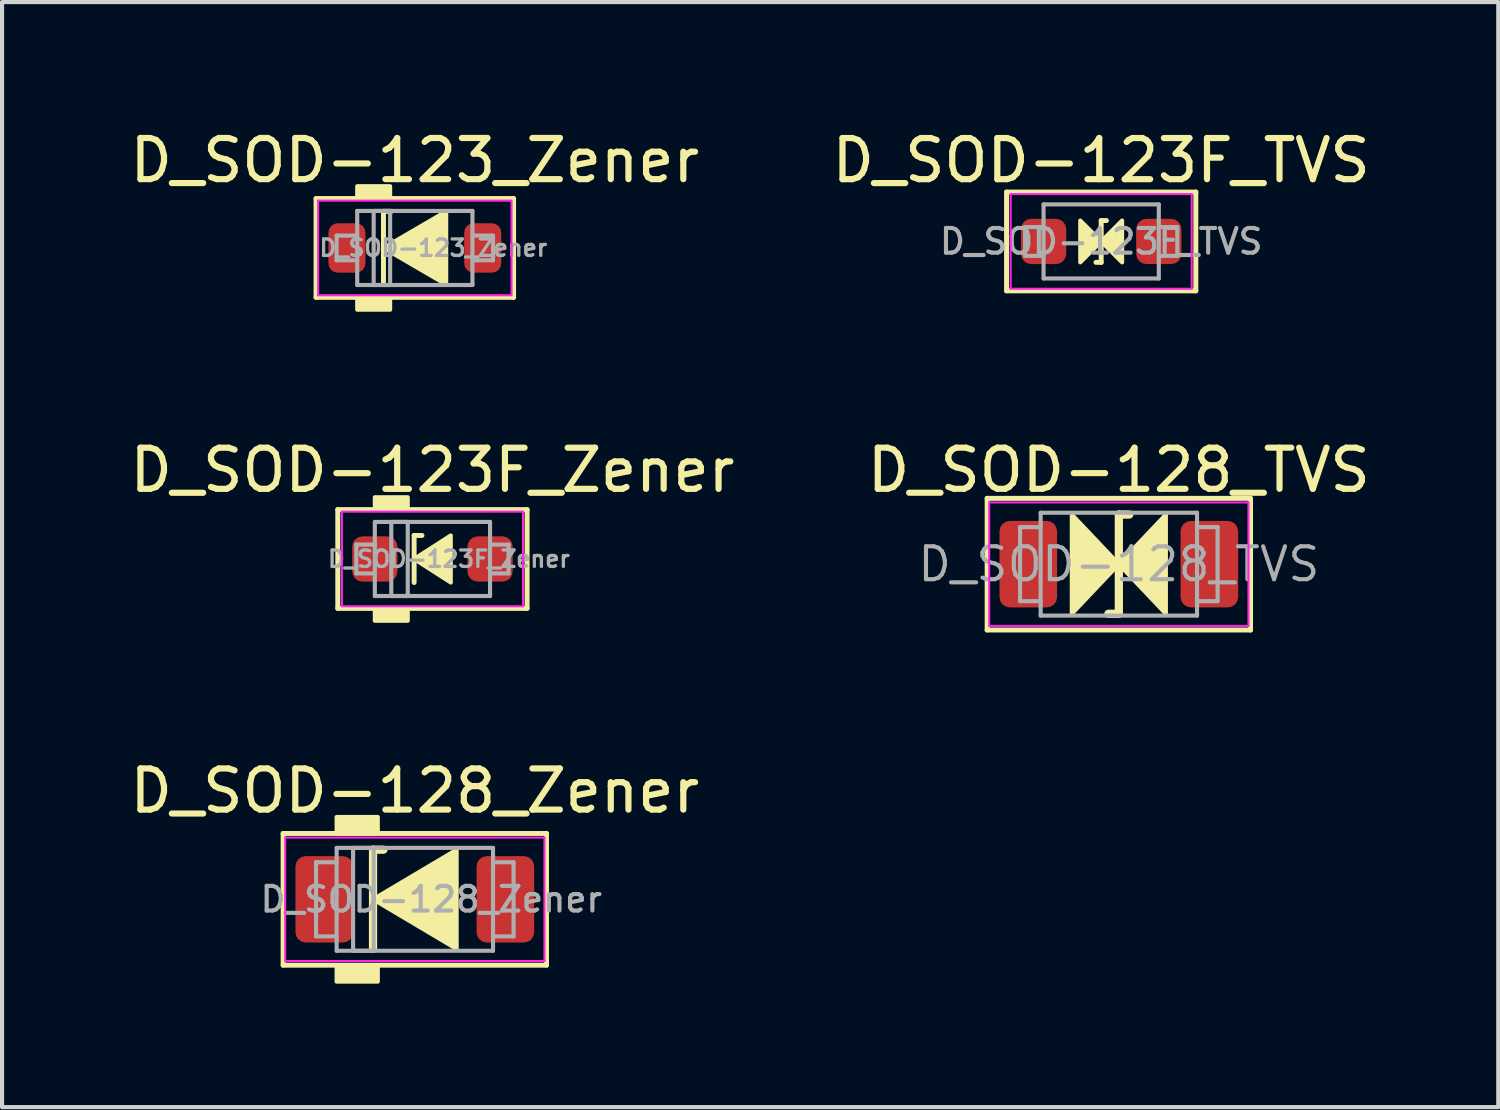
<source format=kicad_pcb>
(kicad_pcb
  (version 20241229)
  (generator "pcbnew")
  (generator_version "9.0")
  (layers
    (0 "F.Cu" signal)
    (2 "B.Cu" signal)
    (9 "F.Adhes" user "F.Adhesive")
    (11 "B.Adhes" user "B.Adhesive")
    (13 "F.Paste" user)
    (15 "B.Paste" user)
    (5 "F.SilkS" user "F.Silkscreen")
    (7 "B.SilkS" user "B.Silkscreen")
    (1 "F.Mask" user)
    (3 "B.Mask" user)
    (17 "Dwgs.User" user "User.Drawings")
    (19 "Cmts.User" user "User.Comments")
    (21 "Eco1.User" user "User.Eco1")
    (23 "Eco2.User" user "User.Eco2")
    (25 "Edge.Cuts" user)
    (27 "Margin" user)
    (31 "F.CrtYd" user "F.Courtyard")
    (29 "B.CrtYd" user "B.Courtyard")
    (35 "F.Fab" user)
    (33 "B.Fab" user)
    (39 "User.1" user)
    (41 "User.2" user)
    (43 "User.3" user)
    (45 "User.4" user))
  (footprint "D_SOD-123_Zener"
    (layer "F.Cu")
    (at 7.03 2.975)
    (property "Reference" "D_SOD-123_Zener" (at 0 -2.127 0) (layer "F.SilkS") (effects (font (size 1 1) (thickness 0.15))))
    (attr smd)
    (fp_line (start -2.4 -1.2) (end -2.4 1.2) (stroke (width 0.12) (type solid)) (layer "F.SilkS"))
    (fp_line (start -2.4 1.2) (end 2.4 1.2) (stroke (width 0.12) (type solid)) (layer "F.SilkS"))
    (fp_line (start -0.762 -0.889) (end -0.762 0.889) (stroke (width 0.12) (type solid)) (layer "F.SilkS"))
    (fp_line (start -0.762 -0.889) (end -0.572 -0.889) (stroke (width 0.12) (type solid)) (layer "F.SilkS"))
    (fp_line (start 2.4 -1.2) (end -2.4 -1.2) (stroke (width 0.12) (type solid)) (layer "F.SilkS"))
    (fp_line (start 2.4 1.2) (end 2.4 -1.2) (stroke (width 0.12) (type solid)) (layer "F.SilkS"))
    (fp_poly (pts (xy 0.762 0.889) (xy -0.762 0) (xy 0.762 -0.889)) (stroke (width 0.1) (type solid)) (fill yes) (layer "F.SilkS"))
    (fp_poly (pts (xy -0.6 -1.2) (xy -1.4 -1.2) (xy -1.4 -1.5) (xy -0.6 -1.5)) (stroke (width 0.1) (type solid)) (fill yes) (layer "F.SilkS"))
    (fp_poly (pts (xy -0.6 1.5) (xy -1.4 1.5) (xy -1.4 1.2) (xy -0.6 1.2)) (stroke (width 0.1) (type solid)) (fill yes) (layer "F.SilkS"))
    (fp_line (start -2.35 -1.15) (end -2.35 1.15) (stroke (width 0.05) (type solid)) (layer "F.CrtYd"))
    (fp_line (start -2.35 -1.15) (end 2.35 -1.15) (stroke (width 0.05) (type solid)) (layer "F.CrtYd"))
    (fp_line (start 2.35 -1.15) (end 2.35 1.15) (stroke (width 0.05) (type solid)) (layer "F.CrtYd"))
    (fp_line (start 2.35 1.15) (end -2.35 1.15) (stroke (width 0.05) (type solid)) (layer "F.CrtYd"))
    (fp_line (start -1.9 -0.3) (end -1.9 0.3) (stroke (width 0.1) (type solid)) (layer "F.Fab"))
    (fp_line (start -1.9 0.3) (end -1.4 0.3) (stroke (width 0.1) (type solid)) (layer "F.Fab"))
    (fp_line (start -1.4 -0.9) (end 1.4 -0.9) (stroke (width 0.1) (type solid)) (layer "F.Fab"))
    (fp_line (start -1.4 -0.3) (end -1.9 -0.3) (stroke (width 0.1) (type solid)) (layer "F.Fab"))
    (fp_line (start -1.4 0.9) (end -1.4 -0.9) (stroke (width 0.1) (type solid)) (layer "F.Fab"))
    (fp_line (start 1.4 -0.9) (end 1.4 0.9) (stroke (width 0.1) (type solid)) (layer "F.Fab"))
    (fp_line (start 1.4 -0.3) (end 1.9 -0.3) (stroke (width 0.1) (type solid)) (layer "F.Fab"))
    (fp_line (start 1.4 0.9) (end -1.4 0.9) (stroke (width 0.1) (type solid)) (layer "F.Fab"))
    (fp_line (start 1.5 0.3) (end 1.4 0.3) (stroke (width 0.1) (type solid)) (layer "F.Fab"))
    (fp_line (start 1.9 -0.3) (end 1.9 0.3) (stroke (width 0.1) (type solid)) (layer "F.Fab"))
    (fp_line (start 1.9 0.3) (end 1.5 0.3) (stroke (width 0.1) (type solid)) (layer "F.Fab"))
    (fp_rect (start -1 -0.9) (end -0.6 0.9) (stroke (width 0.1) (type solid)) (fill no) (layer "F.Fab"))
    (fp_text user "${REFERENCE}" (at 0.45 0 0) (layer "F.Fab") (effects (font (size 0.4 0.4) (thickness 0.08))))
    (pad "1" smd roundrect (at -1.65 0) (size 0.9 1.2) (layers "F.Cu" "F.Mask" "F.Paste") (roundrect_rratio 0.25))
    (pad "2" smd roundrect (at 1.65 0) (size 0.9 1.2) (layers "F.Cu" "F.Mask" "F.Paste") (roundrect_rratio 0.25)))
  (footprint "D_SOD-128_Zener"
    (layer "F.Cu")
    (at 7.03 18.803)
    (property "Reference" "D_SOD-128_Zener" (at 0 -2.635 0) (layer "F.SilkS") (effects (font (size 1 1) (thickness 0.15))))
    (attr smd)
    (fp_line (start -3.2 -1.6) (end -3.2 1.6) (stroke (width 0.12) (type solid)) (layer "F.SilkS"))
    (fp_line (start -3.2 1.6) (end 3.2 1.6) (stroke (width 0.12) (type solid)) (layer "F.SilkS"))
    (fp_line (start -1.016 -1.206) (end -1.016 1.206) (stroke (width 0.2) (type solid)) (layer "F.SilkS"))
    (fp_line (start -1.016 -1.206) (end -0.762 -1.206) (stroke (width 0.2) (type solid)) (layer "F.SilkS"))
    (fp_line (start 3.2 -1.6) (end -3.2 -1.6) (stroke (width 0.12) (type solid)) (layer "F.SilkS"))
    (fp_line (start 3.2 1.6) (end 3.2 -1.6) (stroke (width 0.12) (type solid)) (layer "F.SilkS"))
    (fp_poly (pts (xy 1.016 1.206) (xy -1.016 0) (xy 1.016 -1.206)) (stroke (width 0.1) (type solid)) (fill yes) (layer "F.SilkS"))
    (fp_poly (pts (xy -0.9 -1.6) (xy -1.9 -1.6) (xy -1.9 -2) (xy -0.9 -2)) (stroke (width 0.1) (type solid)) (fill yes) (layer "F.SilkS"))
    (fp_poly (pts (xy -0.9 2) (xy -1.9 2) (xy -1.9 1.6) (xy -0.9 1.6)) (stroke (width 0.1) (type solid)) (fill yes) (layer "F.SilkS"))
    (fp_line (start -3.15 -1.5) (end -3.15 1.5) (stroke (width 0.05) (type solid)) (layer "F.CrtYd"))
    (fp_line (start -3.15 -1.5) (end 3.15 -1.5) (stroke (width 0.05) (type solid)) (layer "F.CrtYd"))
    (fp_line (start 3.15 -1.5) (end 3.15 1.5) (stroke (width 0.05) (type solid)) (layer "F.CrtYd"))
    (fp_line (start 3.15 1.5) (end -3.15 1.5) (stroke (width 0.05) (type solid)) (layer "F.CrtYd"))
    (fp_line (start -2.4 -0.9) (end -2.4 0.9) (stroke (width 0.1) (type solid)) (layer "F.Fab"))
    (fp_line (start -2.4 -0.9) (end -1.9 -0.9) (stroke (width 0.1) (type solid)) (layer "F.Fab"))
    (fp_line (start -2.4 0.9) (end -1.9 0.9) (stroke (width 0.1) (type solid)) (layer "F.Fab"))
    (fp_line (start -1.9 -1.25) (end 1.9 -1.25) (stroke (width 0.1) (type solid)) (layer "F.Fab"))
    (fp_line (start -1.9 1.25) (end -1.9 -1.25) (stroke (width 0.1) (type solid)) (layer "F.Fab"))
    (fp_line (start 1.9 -1.25) (end 1.9 1.25) (stroke (width 0.1) (type solid)) (layer "F.Fab"))
    (fp_line (start 1.9 1.25) (end -1.9 1.25) (stroke (width 0.1) (type solid)) (layer "F.Fab"))
    (fp_line (start 2.4 -0.9) (end 1.9 -0.9) (stroke (width 0.1) (type solid)) (layer "F.Fab"))
    (fp_line (start 2.4 0.9) (end 1.9 0.9) (stroke (width 0.1) (type solid)) (layer "F.Fab"))
    (fp_line (start 2.4 0.9) (end 2.4 -0.9) (stroke (width 0.1) (type solid)) (layer "F.Fab"))
    (fp_rect (start -1.5 -1.25) (end -1 1.25) (stroke (width 0.1) (type solid)) (fill no) (layer "F.Fab"))
    (fp_text user "${REFERENCE}" (at 0.4 0 0) (layer "F.Fab") (effects (font (size 0.6 0.6) (thickness 0.1))))
    (pad "1" smd roundrect (at -2.2 0) (size 1.4 2.1) (layers "F.Cu" "F.Mask" "F.Paste") (roundrect_rratio 0.179))
    (pad "2" smd roundrect (at 2.2 0) (size 1.4 2.1) (layers "F.Cu" "F.Mask" "F.Paste") (roundrect_rratio 0.179)))
  (footprint "D_SOD-128_TVS"
    (layer "F.Cu")
    (at 24.137 10.659)
    (property "Reference" "D_SOD-128_TVS" (at 0 -2.286 0) (layer "F.SilkS") (effects (font (size 1 1) (thickness 0.15))))
    (attr smd)
    (fp_line (start -3.2 -1.6) (end -3.2 1.6) (stroke (width 0.12) (type solid)) (layer "F.SilkS"))
    (fp_line (start -3.2 1.6) (end 3.2 1.6) (stroke (width 0.12) (type solid)) (layer "F.SilkS"))
    (fp_line (start -0.254 1.206) (end 0 1.206) (stroke (width 0.2) (type solid)) (layer "F.SilkS"))
    (fp_line (start 0 -1.206) (end 0 1.206) (stroke (width 0.2) (type solid)) (layer "F.SilkS"))
    (fp_line (start 0 -1.206) (end 0.254 -1.206) (stroke (width 0.2) (type solid)) (layer "F.SilkS"))
    (fp_line (start 3.2 -1.6) (end -3.2 -1.6) (stroke (width 0.12) (type solid)) (layer "F.SilkS"))
    (fp_line (start 3.2 1.6) (end 3.2 -1.6) (stroke (width 0.12) (type solid)) (layer "F.SilkS"))
    (fp_poly (pts (xy 0 0) (xy -1.143 1.206) (xy -1.143 -1.206)) (stroke (width 0.1) (type solid)) (fill yes) (layer "F.SilkS"))
    (fp_poly (pts (xy 0 0) (xy 1.143 -1.206) (xy 1.143 1.206)) (stroke (width 0.1) (type solid)) (fill yes) (layer "F.SilkS"))
    (fp_line (start -3.15 -1.5) (end -3.15 1.5) (stroke (width 0.05) (type solid)) (layer "F.CrtYd"))
    (fp_line (start -3.15 -1.5) (end 3.15 -1.5) (stroke (width 0.05) (type solid)) (layer "F.CrtYd"))
    (fp_line (start 3.15 -1.5) (end 3.15 1.5) (stroke (width 0.05) (type solid)) (layer "F.CrtYd"))
    (fp_line (start 3.15 1.5) (end -3.15 1.5) (stroke (width 0.05) (type solid)) (layer "F.CrtYd"))
    (fp_line (start -2.4 -0.9) (end -2.4 0.9) (stroke (width 0.1) (type solid)) (layer "F.Fab"))
    (fp_line (start -2.4 -0.9) (end -1.9 -0.9) (stroke (width 0.1) (type solid)) (layer "F.Fab"))
    (fp_line (start -2.4 0.9) (end -1.9 0.9) (stroke (width 0.1) (type solid)) (layer "F.Fab"))
    (fp_line (start -1.9 -1.25) (end 1.9 -1.25) (stroke (width 0.1) (type solid)) (layer "F.Fab"))
    (fp_line (start -1.9 1.25) (end -1.9 -1.25) (stroke (width 0.1) (type solid)) (layer "F.Fab"))
    (fp_line (start 1.9 -1.25) (end 1.9 1.25) (stroke (width 0.1) (type solid)) (layer "F.Fab"))
    (fp_line (start 1.9 1.25) (end -1.9 1.25) (stroke (width 0.1) (type solid)) (layer "F.Fab"))
    (fp_line (start 2.4 -0.9) (end 1.9 -0.9) (stroke (width 0.1) (type solid)) (layer "F.Fab"))
    (fp_line (start 2.4 0.9) (end 1.9 0.9) (stroke (width 0.1) (type solid)) (layer "F.Fab"))
    (fp_line (start 2.4 0.9) (end 2.4 -0.9) (stroke (width 0.1) (type solid)) (layer "F.Fab"))
    (fp_text user "${REFERENCE}" (at 0 0 0) (layer "F.Fab") (effects (font (size 0.8 0.8) (thickness 0.1))))
    (pad "1" smd roundrect (at -2.2 0) (size 1.4 2.1) (layers "F.Cu" "F.Mask" "F.Paste") (roundrect_rratio 0.179))
    (pad "2" smd roundrect (at 2.2 0) (size 1.4 2.1) (layers "F.Cu" "F.Mask" "F.Paste") (roundrect_rratio 0.179)))
  (footprint "D_SOD-123F_Zener"
    (layer "F.Cu")
    (at 7.458 10.533)
    (property "Reference" "D_SOD-123F_Zener" (at 0 -2.159 0) (layer "F.SilkS") (effects (font (size 1 1) (thickness 0.15))))
    (attr smd)
    (fp_line (start -2.3 -1.2) (end -2.3 1.2) (stroke (width 0.12) (type solid)) (layer "F.SilkS"))
    (fp_line (start -2.3 1.2) (end 2.3 1.2) (stroke (width 0.12) (type solid)) (layer "F.SilkS"))
    (fp_line (start -0.445 -0.572) (end -0.445 0.572) (stroke (width 0.12) (type solid)) (layer "F.SilkS"))
    (fp_line (start -0.445 -0.572) (end -0.254 -0.572) (stroke (width 0.12) (type solid)) (layer "F.SilkS"))
    (fp_line (start 2.3 -1.2) (end -2.3 -1.2) (stroke (width 0.12) (type solid)) (layer "F.SilkS"))
    (fp_line (start 2.3 1.2) (end 2.3 -1.2) (stroke (width 0.12) (type solid)) (layer "F.SilkS"))
    (fp_poly (pts (xy 0.445 0.572) (xy -0.445 0) (xy 0.445 -0.572)) (stroke (width 0.1) (type solid)) (fill yes) (layer "F.SilkS"))
    (fp_poly (pts (xy -0.6 -1.2) (xy -1.4 -1.2) (xy -1.4 -1.5) (xy -0.6 -1.5)) (stroke (width 0.1) (type solid)) (fill yes) (layer "F.SilkS"))
    (fp_poly (pts (xy -0.6 1.5) (xy -1.4 1.5) (xy -1.4 1.2) (xy -0.6 1.2)) (stroke (width 0.1) (type solid)) (fill yes) (layer "F.SilkS"))
    (fp_line (start -2.2 -1.15) (end -2.2 1.15) (stroke (width 0.05) (type solid)) (layer "F.CrtYd"))
    (fp_line (start -2.2 -1.15) (end 2.2 -1.15) (stroke (width 0.05) (type solid)) (layer "F.CrtYd"))
    (fp_line (start 2.2 -1.15) (end 2.2 1.15) (stroke (width 0.05) (type solid)) (layer "F.CrtYd"))
    (fp_line (start 2.2 1.15) (end -2.2 1.15) (stroke (width 0.05) (type solid)) (layer "F.CrtYd"))
    (fp_line (start -1.85 -0.35) (end -1.85 0.35) (stroke (width 0.1) (type solid)) (layer "F.Fab"))
    (fp_line (start -1.85 -0.35) (end -1.4 -0.35) (stroke (width 0.1) (type solid)) (layer "F.Fab"))
    (fp_line (start -1.85 0.35) (end -1.4 0.35) (stroke (width 0.1) (type solid)) (layer "F.Fab"))
    (fp_line (start -1.4 -0.9) (end 1.4 -0.9) (stroke (width 0.1) (type solid)) (layer "F.Fab"))
    (fp_line (start -1.4 0.9) (end -1.4 -0.9) (stroke (width 0.1) (type solid)) (layer "F.Fab"))
    (fp_line (start 1.4 -0.9) (end 1.4 0.9) (stroke (width 0.1) (type solid)) (layer "F.Fab"))
    (fp_line (start 1.4 0.9) (end -1.4 0.9) (stroke (width 0.1) (type solid)) (layer "F.Fab"))
    (fp_line (start 1.85 -0.35) (end 1.4 -0.35) (stroke (width 0.1) (type solid)) (layer "F.Fab"))
    (fp_line (start 1.85 0.35) (end 1.4 0.35) (stroke (width 0.1) (type solid)) (layer "F.Fab"))
    (fp_line (start 1.85 0.35) (end 1.85 -0.35) (stroke (width 0.1) (type solid)) (layer "F.Fab"))
    (fp_rect (start -1 -0.9) (end -0.6 0.9) (stroke (width 0.1) (type solid)) (fill no) (layer "F.Fab"))
    (fp_text user "${REFERENCE}" (at 0.4 0 0) (layer "F.Fab") (effects (font (size 0.4 0.4) (thickness 0.08))))
    (pad "1" smd roundrect (at -1.4 0) (size 1.1 1.1) (layers "F.Cu" "F.Mask" "F.Paste") (roundrect_rratio 0.227))
    (pad "2" smd roundrect (at 1.4 0) (size 1.1 1.1) (layers "F.Cu" "F.Mask" "F.Paste") (roundrect_rratio 0.227)))
  (footprint "D_SOD-123F_TVS"
    (layer "F.Cu")
    (at 23.708 2.817)
    (property "Reference" "D_SOD-123F_TVS" (at 0 -1.968 0) (layer "F.SilkS") (effects (font (size 1 1) (thickness 0.15))))
    (attr smd)
    (fp_line (start -2.3 -1.2) (end -2.3 1.2) (stroke (width 0.12) (type solid)) (layer "F.SilkS"))
    (fp_line (start -2.3 1.2) (end 2.3 1.2) (stroke (width 0.12) (type solid)) (layer "F.SilkS"))
    (fp_line (start -0.127 0.508) (end 0 0.508) (stroke (width 0.12) (type solid)) (layer "F.SilkS"))
    (fp_line (start 0 -0.508) (end 0 0.508) (stroke (width 0.12) (type solid)) (layer "F.SilkS"))
    (fp_line (start 0 -0.508) (end 0.127 -0.508) (stroke (width 0.12) (type solid)) (layer "F.SilkS"))
    (fp_line (start 2.3 -1.2) (end -2.3 -1.2) (stroke (width 0.12) (type solid)) (layer "F.SilkS"))
    (fp_line (start 2.3 1.2) (end 2.3 -1.2) (stroke (width 0.12) (type solid)) (layer "F.SilkS"))
    (fp_poly (pts (xy 0 0) (xy -0.508 0.508) (xy -0.508 -0.508)) (stroke (width 0.1) (type solid)) (fill yes) (layer "F.SilkS"))
    (fp_poly (pts (xy 0 0) (xy 0.508 -0.508) (xy 0.508 0.508)) (stroke (width 0.1) (type solid)) (fill yes) (layer "F.SilkS"))
    (fp_line (start -2.2 -1.15) (end -2.2 1.15) (stroke (width 0.05) (type solid)) (layer "F.CrtYd"))
    (fp_line (start -2.2 -1.15) (end 2.2 -1.15) (stroke (width 0.05) (type solid)) (layer "F.CrtYd"))
    (fp_line (start 2.2 -1.15) (end 2.2 1.15) (stroke (width 0.05) (type solid)) (layer "F.CrtYd"))
    (fp_line (start 2.2 1.15) (end -2.2 1.15) (stroke (width 0.05) (type solid)) (layer "F.CrtYd"))
    (fp_line (start -1.85 -0.35) (end -1.85 0.35) (stroke (width 0.1) (type solid)) (layer "F.Fab"))
    (fp_line (start -1.85 -0.35) (end -1.4 -0.35) (stroke (width 0.1) (type solid)) (layer "F.Fab"))
    (fp_line (start -1.85 0.35) (end -1.4 0.35) (stroke (width 0.1) (type solid)) (layer "F.Fab"))
    (fp_line (start -1.4 -0.9) (end 1.4 -0.9) (stroke (width 0.1) (type solid)) (layer "F.Fab"))
    (fp_line (start -1.4 0.9) (end -1.4 -0.9) (stroke (width 0.1) (type solid)) (layer "F.Fab"))
    (fp_line (start 1.4 -0.9) (end 1.4 0.9) (stroke (width 0.1) (type solid)) (layer "F.Fab"))
    (fp_line (start 1.4 0.9) (end -1.4 0.9) (stroke (width 0.1) (type solid)) (layer "F.Fab"))
    (fp_line (start 1.85 -0.35) (end 1.4 -0.35) (stroke (width 0.1) (type solid)) (layer "F.Fab"))
    (fp_line (start 1.85 0.35) (end 1.4 0.35) (stroke (width 0.1) (type solid)) (layer "F.Fab"))
    (fp_line (start 1.85 0.35) (end 1.85 -0.35) (stroke (width 0.1) (type solid)) (layer "F.Fab"))
    (fp_text user "${REFERENCE}" (at 0 0 0) (layer "F.Fab") (effects (font (size 0.6 0.6) (thickness 0.1))))
    (pad "1" smd roundrect (at -1.4 0) (size 1.1 1.1) (layers "F.Cu" "F.Mask" "F.Paste") (roundrect_rratio 0.227))
    (pad "2" smd roundrect (at 1.4 0) (size 1.1 1.1) (layers "F.Cu" "F.Mask" "F.Paste") (roundrect_rratio 0.227)))
  (gr_rect
    (start -3 -3)
    (end 33.357 23.853)
    (stroke (width 0.1) (type default))
    (fill no)
    (layer "Edge.Cuts")))
</source>
